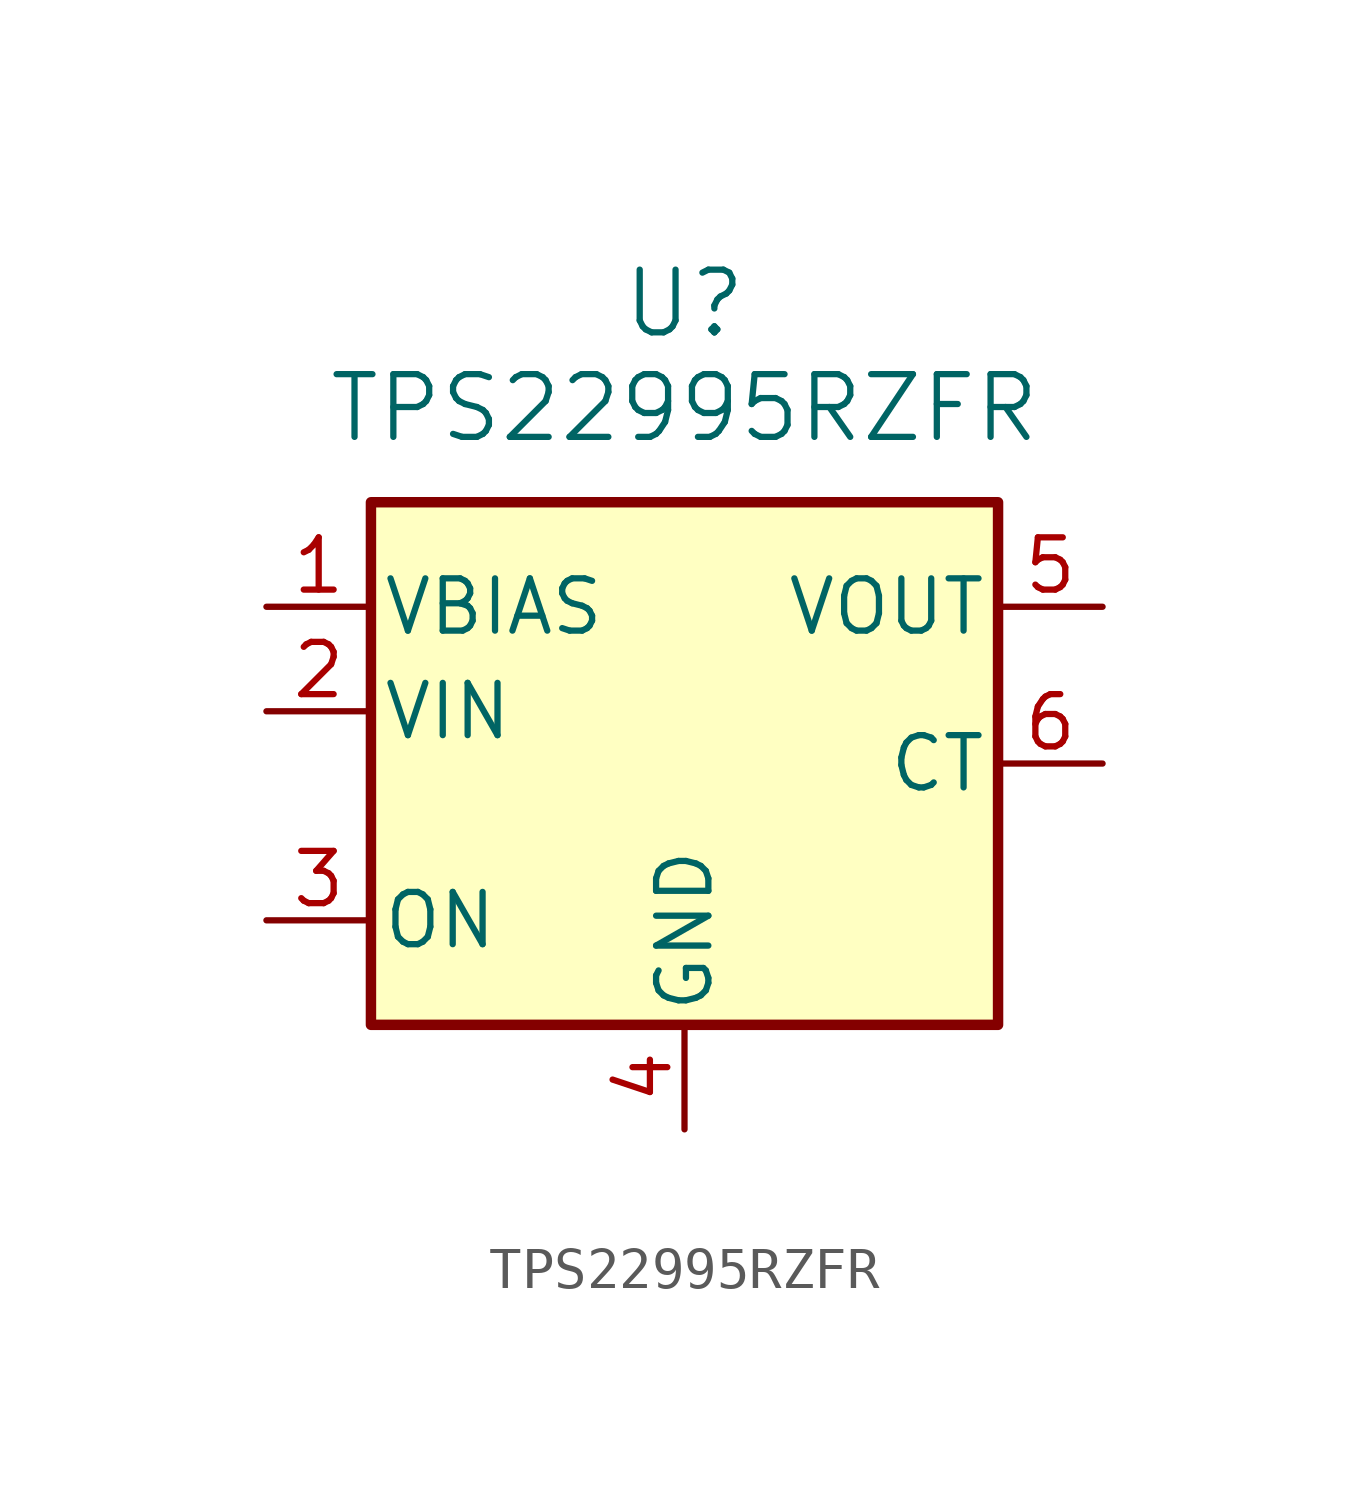
<source format=kicad_sym>
(kicad_symbol_lib
  (version 20231120)
  (generator "kicad_symbol_editor")
  (generator_version "8.0")
  (symbol "TPS22995RZFR"
    (pin_names
      (offset 0.254))
    (property "Reference" "U"
      (at 0 11.176 0)
      (effects (font (size 1.524 1.524))))
    (property "Value" "TPS22995RZFR"
      (at 0 8.636 0)
      (effects (font (size 1.524 1.524))))
    (symbol "TPS22995RZFR_0_1"
      (rectangle (start -7.62 6.35) (end 7.62 -6.35) (stroke (width 0.254) (type default)) (fill (type background))))
    (symbol "TPS22995RZFR_1_1"
      (pin power_in line (at -10.16 3.81 0) (length 2.54) (name "VBIAS" (effects (font (size 1.27 1.27)))) (number "1" (effects (font (size 1.27 1.27)))))
      (pin power_in line (at -10.16 1.27 0) (length 2.54) (name "VIN" (effects (font (size 1.27 1.27)))) (number "2" (effects (font (size 1.27 1.27)))))
      (pin input line (at -10.16 -3.81 0) (length 2.54) (name "ON" (effects (font (size 1.27 1.27)))) (number "3" (effects (font (size 1.27 1.27)))))
      (pin power_in line (at 0 -8.89 90) (length 2.54) (name "GND" (effects (font (size 1.27 1.27)))) (number "4" (effects (font (size 1.27 1.27)))))
      (pin power_out line (at 10.16 3.81 180) (length 2.54) (name "VOUT" (effects (font (size 1.27 1.27)))) (number "5" (effects (font (size 1.27 1.27)))))
      (pin input line (at 10.16 0 180) (length 2.54) (name "CT" (effects (font (size 1.27 1.27)))) (number "6" (effects (font (size 1.27 1.27))))))))
</source>
